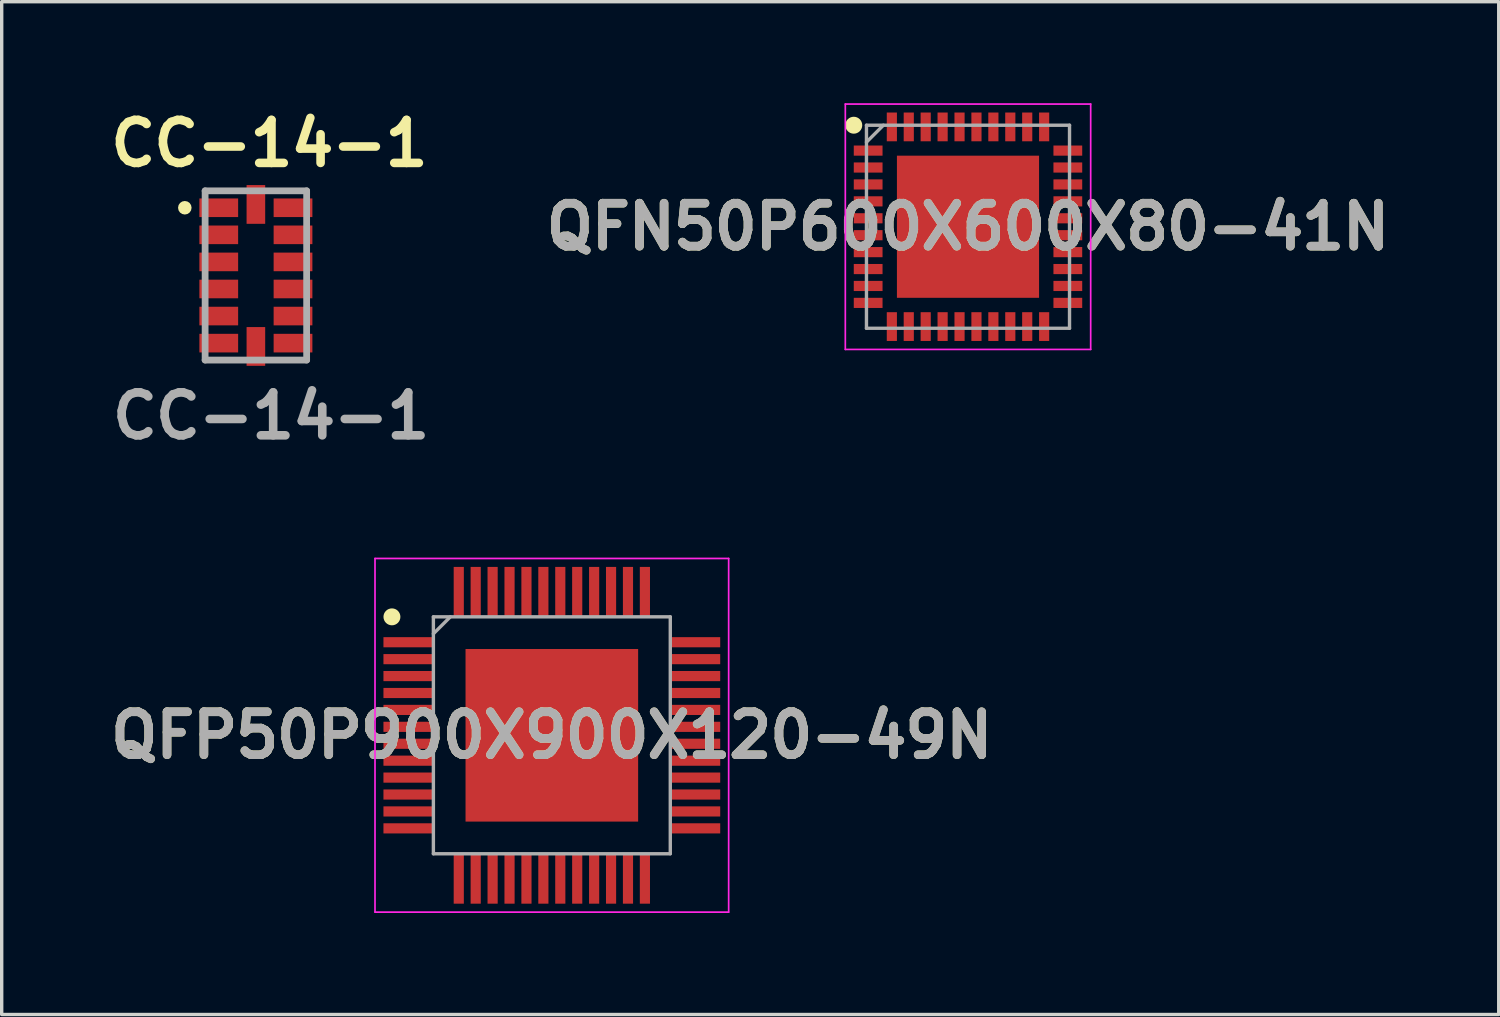
<source format=kicad_pcb>
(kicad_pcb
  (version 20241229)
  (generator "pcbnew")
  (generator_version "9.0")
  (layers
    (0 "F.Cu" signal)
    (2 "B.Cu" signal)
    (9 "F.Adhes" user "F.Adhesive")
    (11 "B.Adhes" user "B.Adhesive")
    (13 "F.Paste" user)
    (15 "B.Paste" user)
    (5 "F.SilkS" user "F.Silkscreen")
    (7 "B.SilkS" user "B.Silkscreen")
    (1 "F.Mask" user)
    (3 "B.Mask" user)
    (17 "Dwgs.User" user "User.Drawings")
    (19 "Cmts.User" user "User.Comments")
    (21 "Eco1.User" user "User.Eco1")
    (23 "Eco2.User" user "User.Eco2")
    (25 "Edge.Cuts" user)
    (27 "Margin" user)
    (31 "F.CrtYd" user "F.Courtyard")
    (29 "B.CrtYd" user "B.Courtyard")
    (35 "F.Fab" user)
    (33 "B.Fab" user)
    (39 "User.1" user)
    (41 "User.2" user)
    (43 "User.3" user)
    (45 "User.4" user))
  (footprint "QFP50P900X900X120-49N"
    (layer "F.Cu")
    (at 13.256 18.677)
    (property "Reference" "QFP50P900X900X120-49N" (at 0 0 0) (layer "F.SilkS") (effects (font (size 1.27 1.27) (thickness 0.254))))
    (attr smd)
    (fp_circle (center -4.725 -3.5) (end -4.725 -3.375) (stroke (width 0.25) (type solid)) (fill no) (layer "F.SilkS"))
    (fp_line (start -5.225 -5.225) (end 5.225 -5.225) (stroke (width 0.05) (type solid)) (layer "F.CrtYd"))
    (fp_line (start -5.225 5.225) (end -5.225 -5.225) (stroke (width 0.05) (type solid)) (layer "F.CrtYd"))
    (fp_line (start 5.225 -5.225) (end 5.225 5.225) (stroke (width 0.05) (type solid)) (layer "F.CrtYd"))
    (fp_line (start 5.225 5.225) (end -5.225 5.225) (stroke (width 0.05) (type solid)) (layer "F.CrtYd"))
    (fp_line (start -3.5 -3.5) (end 3.5 -3.5) (stroke (width 0.1) (type solid)) (layer "F.Fab"))
    (fp_line (start -3.5 -3) (end -3 -3.5) (stroke (width 0.1) (type solid)) (layer "F.Fab"))
    (fp_line (start -3.5 3.5) (end -3.5 -3.5) (stroke (width 0.1) (type solid)) (layer "F.Fab"))
    (fp_line (start 3.5 -3.5) (end 3.5 3.5) (stroke (width 0.1) (type solid)) (layer "F.Fab"))
    (fp_line (start 3.5 3.5) (end -3.5 3.5) (stroke (width 0.1) (type solid)) (layer "F.Fab"))
    (fp_text user "${REFERENCE}" (at 0 0 0) (layer "F.Fab") (effects (font (size 1.27 1.27) (thickness 0.254))))
    (pad "1" smd rect (at -4.238 -2.75 90) (size 0.3 1.475) (layers "F.Cu" "F.Mask" "F.Paste"))
    (pad "2" smd rect (at -4.238 -2.25 90) (size 0.3 1.475) (layers "F.Cu" "F.Mask" "F.Paste"))
    (pad "3" smd rect (at -4.238 -1.75 90) (size 0.3 1.475) (layers "F.Cu" "F.Mask" "F.Paste"))
    (pad "4" smd rect (at -4.238 -1.25 90) (size 0.3 1.475) (layers "F.Cu" "F.Mask" "F.Paste"))
    (pad "5" smd rect (at -4.238 -0.75 90) (size 0.3 1.475) (layers "F.Cu" "F.Mask" "F.Paste"))
    (pad "6" smd rect (at -4.238 -0.25 90) (size 0.3 1.475) (layers "F.Cu" "F.Mask" "F.Paste"))
    (pad "7" smd rect (at -4.238 0.25 90) (size 0.3 1.475) (layers "F.Cu" "F.Mask" "F.Paste"))
    (pad "8" smd rect (at -4.238 0.75 90) (size 0.3 1.475) (layers "F.Cu" "F.Mask" "F.Paste"))
    (pad "9" smd rect (at -4.238 1.25 90) (size 0.3 1.475) (layers "F.Cu" "F.Mask" "F.Paste"))
    (pad "10" smd rect (at -4.238 1.75 90) (size 0.3 1.475) (layers "F.Cu" "F.Mask" "F.Paste"))
    (pad "11" smd rect (at -4.238 2.25 90) (size 0.3 1.475) (layers "F.Cu" "F.Mask" "F.Paste"))
    (pad "12" smd rect (at -4.238 2.75 90) (size 0.3 1.475) (layers "F.Cu" "F.Mask" "F.Paste"))
    (pad "13" smd rect (at -2.75 4.238) (size 0.3 1.475) (layers "F.Cu" "F.Mask" "F.Paste"))
    (pad "14" smd rect (at -2.25 4.238) (size 0.3 1.475) (layers "F.Cu" "F.Mask" "F.Paste"))
    (pad "15" smd rect (at -1.75 4.238) (size 0.3 1.475) (layers "F.Cu" "F.Mask" "F.Paste"))
    (pad "16" smd rect (at -1.25 4.238) (size 0.3 1.475) (layers "F.Cu" "F.Mask" "F.Paste"))
    (pad "17" smd rect (at -0.75 4.238) (size 0.3 1.475) (layers "F.Cu" "F.Mask" "F.Paste"))
    (pad "18" smd rect (at -0.25 4.238) (size 0.3 1.475) (layers "F.Cu" "F.Mask" "F.Paste"))
    (pad "19" smd rect (at 0.25 4.238) (size 0.3 1.475) (layers "F.Cu" "F.Mask" "F.Paste"))
    (pad "20" smd rect (at 0.75 4.238) (size 0.3 1.475) (layers "F.Cu" "F.Mask" "F.Paste"))
    (pad "21" smd rect (at 1.25 4.238) (size 0.3 1.475) (layers "F.Cu" "F.Mask" "F.Paste"))
    (pad "22" smd rect (at 1.75 4.238) (size 0.3 1.475) (layers "F.Cu" "F.Mask" "F.Paste"))
    (pad "23" smd rect (at 2.25 4.238) (size 0.3 1.475) (layers "F.Cu" "F.Mask" "F.Paste"))
    (pad "24" smd rect (at 2.75 4.238) (size 0.3 1.475) (layers "F.Cu" "F.Mask" "F.Paste"))
    (pad "25" smd rect (at 4.238 2.75 90) (size 0.3 1.475) (layers "F.Cu" "F.Mask" "F.Paste"))
    (pad "26" smd rect (at 4.238 2.25 90) (size 0.3 1.475) (layers "F.Cu" "F.Mask" "F.Paste"))
    (pad "27" smd rect (at 4.238 1.75 90) (size 0.3 1.475) (layers "F.Cu" "F.Mask" "F.Paste"))
    (pad "28" smd rect (at 4.238 1.25 90) (size 0.3 1.475) (layers "F.Cu" "F.Mask" "F.Paste"))
    (pad "29" smd rect (at 4.238 0.75 90) (size 0.3 1.475) (layers "F.Cu" "F.Mask" "F.Paste"))
    (pad "30" smd rect (at 4.238 0.25 90) (size 0.3 1.475) (layers "F.Cu" "F.Mask" "F.Paste"))
    (pad "31" smd rect (at 4.238 -0.25 90) (size 0.3 1.475) (layers "F.Cu" "F.Mask" "F.Paste"))
    (pad "32" smd rect (at 4.238 -0.75 90) (size 0.3 1.475) (layers "F.Cu" "F.Mask" "F.Paste"))
    (pad "33" smd rect (at 4.238 -1.25 90) (size 0.3 1.475) (layers "F.Cu" "F.Mask" "F.Paste"))
    (pad "34" smd rect (at 4.238 -1.75 90) (size 0.3 1.475) (layers "F.Cu" "F.Mask" "F.Paste"))
    (pad "35" smd rect (at 4.238 -2.25 90) (size 0.3 1.475) (layers "F.Cu" "F.Mask" "F.Paste"))
    (pad "36" smd rect (at 4.238 -2.75 90) (size 0.3 1.475) (layers "F.Cu" "F.Mask" "F.Paste"))
    (pad "37" smd rect (at 2.75 -4.238) (size 0.3 1.475) (layers "F.Cu" "F.Mask" "F.Paste"))
    (pad "38" smd rect (at 2.25 -4.238) (size 0.3 1.475) (layers "F.Cu" "F.Mask" "F.Paste"))
    (pad "39" smd rect (at 1.75 -4.238) (size 0.3 1.475) (layers "F.Cu" "F.Mask" "F.Paste"))
    (pad "40" smd rect (at 1.25 -4.238) (size 0.3 1.475) (layers "F.Cu" "F.Mask" "F.Paste"))
    (pad "41" smd rect (at 0.75 -4.238) (size 0.3 1.475) (layers "F.Cu" "F.Mask" "F.Paste"))
    (pad "42" smd rect (at 0.25 -4.238) (size 0.3 1.475) (layers "F.Cu" "F.Mask" "F.Paste"))
    (pad "43" smd rect (at -0.25 -4.238) (size 0.3 1.475) (layers "F.Cu" "F.Mask" "F.Paste"))
    (pad "44" smd rect (at -0.75 -4.238) (size 0.3 1.475) (layers "F.Cu" "F.Mask" "F.Paste"))
    (pad "45" smd rect (at -1.25 -4.238) (size 0.3 1.475) (layers "F.Cu" "F.Mask" "F.Paste"))
    (pad "46" smd rect (at -1.75 -4.238) (size 0.3 1.475) (layers "F.Cu" "F.Mask" "F.Paste"))
    (pad "47" smd rect (at -2.25 -4.238) (size 0.3 1.475) (layers "F.Cu" "F.Mask" "F.Paste"))
    (pad "48" smd rect (at -2.75 -4.238) (size 0.3 1.475) (layers "F.Cu" "F.Mask" "F.Paste"))
    (pad "49" smd rect (at 0 0) (size 5.1 5.1) (layers "F.Cu" "F.Mask" "F.Paste")))
  (footprint "QFN50P600X600X80-41N"
    (layer "F.Cu")
    (at 25.553 3.65)
    (property "Reference" "QFN50P600X600X80-41N" (at 0 0 0) (layer "F.SilkS") (effects (font (size 1.27 1.27) (thickness 0.254))))
    (attr smd)
    (fp_circle (center -3.375 -3) (end -3.375 -2.875) (stroke (width 0.25) (type solid)) (fill no) (layer "F.SilkS"))
    (fp_line (start -3.625 -3.625) (end 3.625 -3.625) (stroke (width 0.05) (type solid)) (layer "F.CrtYd"))
    (fp_line (start -3.625 3.625) (end -3.625 -3.625) (stroke (width 0.05) (type solid)) (layer "F.CrtYd"))
    (fp_line (start 3.625 -3.625) (end 3.625 3.625) (stroke (width 0.05) (type solid)) (layer "F.CrtYd"))
    (fp_line (start 3.625 3.625) (end -3.625 3.625) (stroke (width 0.05) (type solid)) (layer "F.CrtYd"))
    (fp_line (start -3 -3) (end 3 -3) (stroke (width 0.1) (type solid)) (layer "F.Fab"))
    (fp_line (start -3 -2.5) (end -2.5 -3) (stroke (width 0.1) (type solid)) (layer "F.Fab"))
    (fp_line (start -3 3) (end -3 -3) (stroke (width 0.1) (type solid)) (layer "F.Fab"))
    (fp_line (start 3 -3) (end 3 3) (stroke (width 0.1) (type solid)) (layer "F.Fab"))
    (fp_line (start 3 3) (end -3 3) (stroke (width 0.1) (type solid)) (layer "F.Fab"))
    (fp_text user "${REFERENCE}" (at 0 0 0) (layer "F.Fab") (effects (font (size 1.27 1.27) (thickness 0.254))))
    (pad "1" smd rect (at -2.95 -2.25 90) (size 0.3 0.85) (layers "F.Cu" "F.Mask" "F.Paste"))
    (pad "2" smd rect (at -2.95 -1.75 90) (size 0.3 0.85) (layers "F.Cu" "F.Mask" "F.Paste"))
    (pad "3" smd rect (at -2.95 -1.25 90) (size 0.3 0.85) (layers "F.Cu" "F.Mask" "F.Paste"))
    (pad "4" smd rect (at -2.95 -0.75 90) (size 0.3 0.85) (layers "F.Cu" "F.Mask" "F.Paste"))
    (pad "5" smd rect (at -2.95 -0.25 90) (size 0.3 0.85) (layers "F.Cu" "F.Mask" "F.Paste"))
    (pad "6" smd rect (at -2.95 0.25 90) (size 0.3 0.85) (layers "F.Cu" "F.Mask" "F.Paste"))
    (pad "7" smd rect (at -2.95 0.75 90) (size 0.3 0.85) (layers "F.Cu" "F.Mask" "F.Paste"))
    (pad "8" smd rect (at -2.95 1.25 90) (size 0.3 0.85) (layers "F.Cu" "F.Mask" "F.Paste"))
    (pad "9" smd rect (at -2.95 1.75 90) (size 0.3 0.85) (layers "F.Cu" "F.Mask" "F.Paste"))
    (pad "10" smd rect (at -2.95 2.25 90) (size 0.3 0.85) (layers "F.Cu" "F.Mask" "F.Paste"))
    (pad "11" smd rect (at -2.25 2.95) (size 0.3 0.85) (layers "F.Cu" "F.Mask" "F.Paste"))
    (pad "12" smd rect (at -1.75 2.95) (size 0.3 0.85) (layers "F.Cu" "F.Mask" "F.Paste"))
    (pad "13" smd rect (at -1.25 2.95) (size 0.3 0.85) (layers "F.Cu" "F.Mask" "F.Paste"))
    (pad "14" smd rect (at -0.75 2.95) (size 0.3 0.85) (layers "F.Cu" "F.Mask" "F.Paste"))
    (pad "15" smd rect (at -0.25 2.95) (size 0.3 0.85) (layers "F.Cu" "F.Mask" "F.Paste"))
    (pad "16" smd rect (at 0.25 2.95) (size 0.3 0.85) (layers "F.Cu" "F.Mask" "F.Paste"))
    (pad "17" smd rect (at 0.75 2.95) (size 0.3 0.85) (layers "F.Cu" "F.Mask" "F.Paste"))
    (pad "18" smd rect (at 1.25 2.95) (size 0.3 0.85) (layers "F.Cu" "F.Mask" "F.Paste"))
    (pad "19" smd rect (at 1.75 2.95) (size 0.3 0.85) (layers "F.Cu" "F.Mask" "F.Paste"))
    (pad "20" smd rect (at 2.25 2.95) (size 0.3 0.85) (layers "F.Cu" "F.Mask" "F.Paste"))
    (pad "21" smd rect (at 2.95 2.25 90) (size 0.3 0.85) (layers "F.Cu" "F.Mask" "F.Paste"))
    (pad "22" smd rect (at 2.95 1.75 90) (size 0.3 0.85) (layers "F.Cu" "F.Mask" "F.Paste"))
    (pad "23" smd rect (at 2.95 1.25 90) (size 0.3 0.85) (layers "F.Cu" "F.Mask" "F.Paste"))
    (pad "24" smd rect (at 2.95 0.75 90) (size 0.3 0.85) (layers "F.Cu" "F.Mask" "F.Paste"))
    (pad "25" smd rect (at 2.95 0.25 90) (size 0.3 0.85) (layers "F.Cu" "F.Mask" "F.Paste"))
    (pad "26" smd rect (at 2.95 -0.25 90) (size 0.3 0.85) (layers "F.Cu" "F.Mask" "F.Paste"))
    (pad "27" smd rect (at 2.95 -0.75 90) (size 0.3 0.85) (layers "F.Cu" "F.Mask" "F.Paste"))
    (pad "28" smd rect (at 2.95 -1.25 90) (size 0.3 0.85) (layers "F.Cu" "F.Mask" "F.Paste"))
    (pad "29" smd rect (at 2.95 -1.75 90) (size 0.3 0.85) (layers "F.Cu" "F.Mask" "F.Paste"))
    (pad "30" smd rect (at 2.95 -2.25 90) (size 0.3 0.85) (layers "F.Cu" "F.Mask" "F.Paste"))
    (pad "31" smd rect (at 2.25 -2.95) (size 0.3 0.85) (layers "F.Cu" "F.Mask" "F.Paste"))
    (pad "32" smd rect (at 1.75 -2.95) (size 0.3 0.85) (layers "F.Cu" "F.Mask" "F.Paste"))
    (pad "33" smd rect (at 1.25 -2.95) (size 0.3 0.85) (layers "F.Cu" "F.Mask" "F.Paste"))
    (pad "34" smd rect (at 0.75 -2.95) (size 0.3 0.85) (layers "F.Cu" "F.Mask" "F.Paste"))
    (pad "35" smd rect (at 0.25 -2.95) (size 0.3 0.85) (layers "F.Cu" "F.Mask" "F.Paste"))
    (pad "36" smd rect (at -0.25 -2.95) (size 0.3 0.85) (layers "F.Cu" "F.Mask" "F.Paste"))
    (pad "37" smd rect (at -0.75 -2.95) (size 0.3 0.85) (layers "F.Cu" "F.Mask" "F.Paste"))
    (pad "38" smd rect (at -1.25 -2.95) (size 0.3 0.85) (layers "F.Cu" "F.Mask" "F.Paste"))
    (pad "39" smd rect (at -1.75 -2.95) (size 0.3 0.85) (layers "F.Cu" "F.Mask" "F.Paste"))
    (pad "40" smd rect (at -2.25 -2.95) (size 0.3 0.85) (layers "F.Cu" "F.Mask" "F.Paste"))
    (pad "41" smd rect (at 0 0) (size 4.2 4.2) (layers "F.Cu" "F.Mask" "F.Paste")))
  (footprint "CC-14-1"
    (layer "F.Cu")
    (at 4.511 5.089)
    (property "Reference" "CC-14-1" (at 0.4 -3.9 0) (layer "F.SilkS") (effects (font (size 1.27 1.27) (thickness 0.254))))
    (attr smd)
    (fp_line (start -1.5 -2.5) (end -0.607 -2.5) (stroke (width 0.1) (type solid)) (layer "F.SilkS"))
    (fp_line (start -1.5 2.5) (end -0.607 2.5) (stroke (width 0.1) (type solid)) (layer "F.SilkS"))
    (fp_line (start 0.607 -2.5) (end 1.5 -2.5) (stroke (width 0.1) (type solid)) (layer "F.SilkS"))
    (fp_line (start 0.607 2.5) (end 1.5 2.5) (stroke (width 0.1) (type solid)) (layer "F.SilkS"))
    (fp_circle (center -2.1 -2) (end -2.1 -1.9) (stroke (width 0.2) (type solid)) (fill no) (layer "F.SilkS"))
    (fp_line (start -1.5 -2.5) (end 1.5 -2.5) (stroke (width 0.2) (type solid)) (layer "F.Fab"))
    (fp_line (start -1.5 2.5) (end -1.5 -2.5) (stroke (width 0.2) (type solid)) (layer "F.Fab"))
    (fp_line (start 1.5 -2.5) (end 1.5 2.5) (stroke (width 0.2) (type solid)) (layer "F.Fab"))
    (fp_line (start 1.5 2.5) (end -1.5 2.5) (stroke (width 0.2) (type solid)) (layer "F.Fab"))
    (fp_text user "${REFERENCE}" (at 0.45 4.15 0) (layer "F.Fab") (effects (font (size 1.27 1.27) (thickness 0.254))))
    (pad "1" smd rect (at -1.097 -2 90) (size 0.55 1.145) (layers "F.Cu" "F.Mask" "F.Paste"))
    (pad "2" smd rect (at -1.097 -1.2 90) (size 0.55 1.145) (layers "F.Cu" "F.Mask" "F.Paste"))
    (pad "3" smd rect (at -1.097 -0.4 90) (size 0.55 1.145) (layers "F.Cu" "F.Mask" "F.Paste"))
    (pad "4" smd rect (at -1.097 0.4 90) (size 0.55 1.145) (layers "F.Cu" "F.Mask" "F.Paste"))
    (pad "5" smd rect (at -1.097 1.2 90) (size 0.55 1.145) (layers "F.Cu" "F.Mask" "F.Paste"))
    (pad "6" smd rect (at -1.097 2 90) (size 0.55 1.145) (layers "F.Cu" "F.Mask" "F.Paste"))
    (pad "7" smd rect (at 0 2.098) (size 0.55 1.145) (layers "F.Cu" "F.Mask" "F.Paste"))
    (pad "8" smd rect (at 1.097 2 90) (size 0.55 1.145) (layers "F.Cu" "F.Mask" "F.Paste"))
    (pad "9" smd rect (at 1.097 1.2 90) (size 0.55 1.145) (layers "F.Cu" "F.Mask" "F.Paste"))
    (pad "10" smd rect (at 1.097 0.4 90) (size 0.55 1.145) (layers "F.Cu" "F.Mask" "F.Paste"))
    (pad "11" smd rect (at 1.097 -0.4 90) (size 0.55 1.145) (layers "F.Cu" "F.Mask" "F.Paste"))
    (pad "12" smd rect (at 1.097 -1.2 90) (size 0.55 1.145) (layers "F.Cu" "F.Mask" "F.Paste"))
    (pad "13" smd rect (at 1.097 -2 90) (size 0.55 1.145) (layers "F.Cu" "F.Mask" "F.Paste"))
    (pad "14" smd rect (at 0 -2.098) (size 0.55 1.145) (layers "F.Cu" "F.Mask" "F.Paste")))
  (gr_rect
    (start -3 -3)
    (end 41.235 26.927)
    (stroke (width 0.1) (type default))
    (fill no)
    (layer "Edge.Cuts")))
</source>
